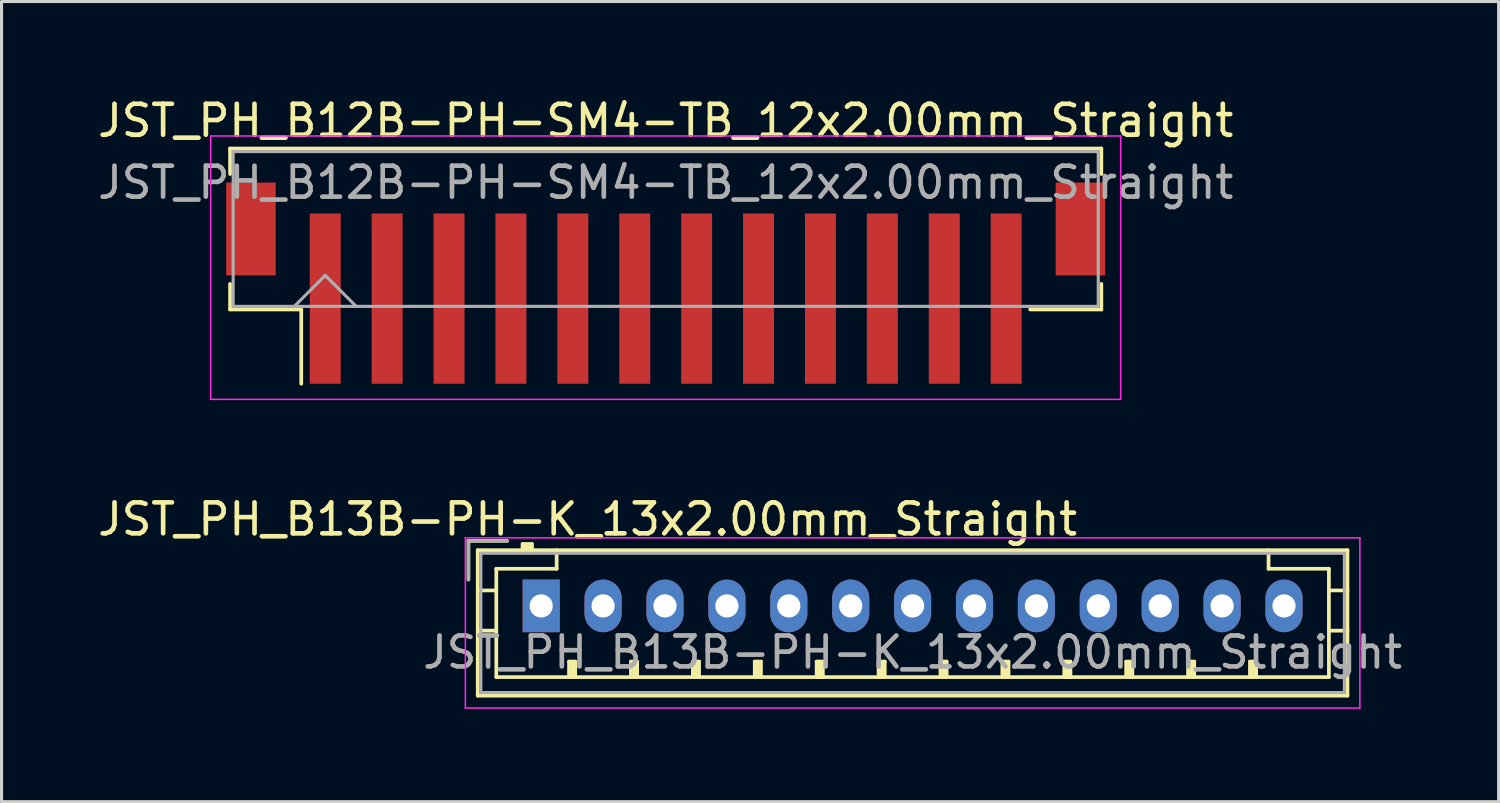
<source format=kicad_pcb>
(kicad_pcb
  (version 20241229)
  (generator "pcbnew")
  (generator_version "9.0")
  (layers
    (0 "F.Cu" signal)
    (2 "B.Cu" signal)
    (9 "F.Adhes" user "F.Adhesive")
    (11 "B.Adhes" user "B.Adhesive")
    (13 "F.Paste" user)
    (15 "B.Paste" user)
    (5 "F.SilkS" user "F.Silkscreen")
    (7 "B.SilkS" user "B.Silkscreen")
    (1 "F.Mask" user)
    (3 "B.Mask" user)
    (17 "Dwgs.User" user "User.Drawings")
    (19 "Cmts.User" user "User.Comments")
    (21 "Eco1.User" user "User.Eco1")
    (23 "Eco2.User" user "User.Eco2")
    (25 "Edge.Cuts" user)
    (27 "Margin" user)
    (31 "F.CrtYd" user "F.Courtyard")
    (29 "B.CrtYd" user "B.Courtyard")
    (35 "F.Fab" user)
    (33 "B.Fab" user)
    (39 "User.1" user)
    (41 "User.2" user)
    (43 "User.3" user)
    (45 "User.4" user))
  (footprint "JST_PH_B12B-PH-SM4-TB_12x2.00mm_Straight"
    (layer "F.Cu")
    (at 18.458 5.473)
    (property "Reference" "JST_PH_B12B-PH-SM4-TB_12x2.00mm_Straight" (at 0 -4.625 0) (layer "F.SilkS") (effects (font (size 1 1) (thickness 0.15))))
    (attr smd)
    (fp_line (start -14.075 -3.725) (end 14.075 -3.725) (stroke (width 0.12) (type solid)) (layer "F.SilkS"))
    (fp_line (start -14.075 -2.9) (end -14.075 -3.725) (stroke (width 0.12) (type solid)) (layer "F.SilkS"))
    (fp_line (start -14.075 0.65) (end -14.075 1.475) (stroke (width 0.12) (type solid)) (layer "F.SilkS"))
    (fp_line (start -14.075 1.475) (end -11.775 1.475) (stroke (width 0.12) (type solid)) (layer "F.SilkS"))
    (fp_line (start -11.775 1.475) (end -11.775 3.875) (stroke (width 0.12) (type solid)) (layer "F.SilkS"))
    (fp_line (start 14.075 -3.725) (end 14.075 -2.9) (stroke (width 0.12) (type solid)) (layer "F.SilkS"))
    (fp_line (start 14.075 0.65) (end 14.075 1.475) (stroke (width 0.12) (type solid)) (layer "F.SilkS"))
    (fp_line (start 14.075 1.475) (end 11.775 1.475) (stroke (width 0.12) (type solid)) (layer "F.SilkS"))
    (fp_line (start -14.7 -4.13) (end -14.7 4.38) (stroke (width 0.05) (type solid)) (layer "F.CrtYd"))
    (fp_line (start -14.7 4.38) (end 14.7 4.38) (stroke (width 0.05) (type solid)) (layer "F.CrtYd"))
    (fp_line (start 14.7 -4.13) (end -14.7 -4.13) (stroke (width 0.05) (type solid)) (layer "F.CrtYd"))
    (fp_line (start 14.7 4.38) (end 14.7 -4.13) (stroke (width 0.05) (type solid)) (layer "F.CrtYd"))
    (fp_line (start -13.975 -3.625) (end -13.975 1.375) (stroke (width 0.1) (type solid)) (layer "F.Fab"))
    (fp_line (start -13.975 1.375) (end 13.975 1.375) (stroke (width 0.1) (type solid)) (layer "F.Fab"))
    (fp_line (start -12 1.375) (end -11 0.375) (stroke (width 0.1) (type solid)) (layer "F.Fab"))
    (fp_line (start -11 0.375) (end -10 1.375) (stroke (width 0.1) (type solid)) (layer "F.Fab"))
    (fp_line (start 13.975 -3.625) (end -13.975 -3.625) (stroke (width 0.1) (type solid)) (layer "F.Fab"))
    (fp_line (start 13.975 1.375) (end 13.975 -3.625) (stroke (width 0.1) (type solid)) (layer "F.Fab"))
    (fp_text user "${REFERENCE}" (at 0 -2.625 0) (layer "F.Fab") (effects (font (size 1 1) (thickness 0.15))))
    (pad "" smd rect (at -13.4 -1.125) (size 1.6 3) (layers "F.Cu" "F.Mask" "F.Paste"))
    (pad "" smd rect (at 13.4 -1.125) (size 1.6 3) (layers "F.Cu" "F.Mask" "F.Paste"))
    (pad "1" smd rect (at -11 1.125) (size 1 5.5) (layers "F.Cu" "F.Mask" "F.Paste"))
    (pad "2" smd rect (at -9 1.125) (size 1 5.5) (layers "F.Cu" "F.Mask" "F.Paste"))
    (pad "3" smd rect (at -7 1.125) (size 1 5.5) (layers "F.Cu" "F.Mask" "F.Paste"))
    (pad "4" smd rect (at -5 1.125) (size 1 5.5) (layers "F.Cu" "F.Mask" "F.Paste"))
    (pad "5" smd rect (at -3 1.125) (size 1 5.5) (layers "F.Cu" "F.Mask" "F.Paste"))
    (pad "6" smd rect (at -1 1.125) (size 1 5.5) (layers "F.Cu" "F.Mask" "F.Paste"))
    (pad "7" smd rect (at 1 1.125) (size 1 5.5) (layers "F.Cu" "F.Mask" "F.Paste"))
    (pad "8" smd rect (at 3 1.125) (size 1 5.5) (layers "F.Cu" "F.Mask" "F.Paste"))
    (pad "9" smd rect (at 5 1.125) (size 1 5.5) (layers "F.Cu" "F.Mask" "F.Paste"))
    (pad "10" smd rect (at 7 1.125) (size 1 5.5) (layers "F.Cu" "F.Mask" "F.Paste"))
    (pad "11" smd rect (at 9 1.125) (size 1 5.5) (layers "F.Cu" "F.Mask" "F.Paste"))
    (pad "12" smd rect (at 11 1.125) (size 1 5.5) (layers "F.Cu" "F.Mask" "F.Paste")))
  (footprint "JST_PH_B13B-PH-K_13x2.00mm_Straight"
    (layer "F.Cu")
    (at 14.435 16.526)
    (property "Reference" "JST_PH_B13B-PH-K_13x2.00mm_Straight" (at 1.5 -2.8 0) (layer "F.SilkS") (effects (font (size 1 1) (thickness 0.15))))
    (attr through_hole)
    (fp_line (start -2.35 -2.1) (end -2.35 -0.85) (stroke (width 0.12) (type solid)) (layer "F.SilkS"))
    (fp_line (start -2.05 -1.8) (end -2.05 2.9) (stroke (width 0.12) (type solid)) (layer "F.SilkS"))
    (fp_line (start -2.05 -0.5) (end -1.45 -0.5) (stroke (width 0.12) (type solid)) (layer "F.SilkS"))
    (fp_line (start -2.05 0.8) (end -1.45 0.8) (stroke (width 0.12) (type solid)) (layer "F.SilkS"))
    (fp_line (start -2.05 2.9) (end 26.05 2.9) (stroke (width 0.12) (type solid)) (layer "F.SilkS"))
    (fp_line (start -1.45 -1.2) (end -1.45 2.3) (stroke (width 0.12) (type solid)) (layer "F.SilkS"))
    (fp_line (start -1.45 2.3) (end 25.45 2.3) (stroke (width 0.12) (type solid)) (layer "F.SilkS"))
    (fp_line (start -1.1 -2.1) (end -2.35 -2.1) (stroke (width 0.12) (type solid)) (layer "F.SilkS"))
    (fp_line (start -0.6 -2) (end -0.6 -1.8) (stroke (width 0.12) (type solid)) (layer "F.SilkS"))
    (fp_line (start -0.3 -2) (end -0.6 -2) (stroke (width 0.12) (type solid)) (layer "F.SilkS"))
    (fp_line (start -0.3 -1.9) (end -0.6 -1.9) (stroke (width 0.12) (type solid)) (layer "F.SilkS"))
    (fp_line (start -0.3 -1.8) (end -0.3 -2) (stroke (width 0.12) (type solid)) (layer "F.SilkS"))
    (fp_line (start 0.5 -1.8) (end 0.5 -1.2) (stroke (width 0.12) (type solid)) (layer "F.SilkS"))
    (fp_line (start 0.5 -1.2) (end -1.45 -1.2) (stroke (width 0.12) (type solid)) (layer "F.SilkS"))
    (fp_line (start 0.9 1.8) (end 1.1 1.8) (stroke (width 0.12) (type solid)) (layer "F.SilkS"))
    (fp_line (start 0.9 2.3) (end 0.9 1.8) (stroke (width 0.12) (type solid)) (layer "F.SilkS"))
    (fp_line (start 1 2.3) (end 1 1.8) (stroke (width 0.12) (type solid)) (layer "F.SilkS"))
    (fp_line (start 1.1 1.8) (end 1.1 2.3) (stroke (width 0.12) (type solid)) (layer "F.SilkS"))
    (fp_line (start 2.9 1.8) (end 3.1 1.8) (stroke (width 0.12) (type solid)) (layer "F.SilkS"))
    (fp_line (start 2.9 2.3) (end 2.9 1.8) (stroke (width 0.12) (type solid)) (layer "F.SilkS"))
    (fp_line (start 3 2.3) (end 3 1.8) (stroke (width 0.12) (type solid)) (layer "F.SilkS"))
    (fp_line (start 3.1 1.8) (end 3.1 2.3) (stroke (width 0.12) (type solid)) (layer "F.SilkS"))
    (fp_line (start 4.9 1.8) (end 5.1 1.8) (stroke (width 0.12) (type solid)) (layer "F.SilkS"))
    (fp_line (start 4.9 2.3) (end 4.9 1.8) (stroke (width 0.12) (type solid)) (layer "F.SilkS"))
    (fp_line (start 5 2.3) (end 5 1.8) (stroke (width 0.12) (type solid)) (layer "F.SilkS"))
    (fp_line (start 5.1 1.8) (end 5.1 2.3) (stroke (width 0.12) (type solid)) (layer "F.SilkS"))
    (fp_line (start 6.9 1.8) (end 7.1 1.8) (stroke (width 0.12) (type solid)) (layer "F.SilkS"))
    (fp_line (start 6.9 2.3) (end 6.9 1.8) (stroke (width 0.12) (type solid)) (layer "F.SilkS"))
    (fp_line (start 7 2.3) (end 7 1.8) (stroke (width 0.12) (type solid)) (layer "F.SilkS"))
    (fp_line (start 7.1 1.8) (end 7.1 2.3) (stroke (width 0.12) (type solid)) (layer "F.SilkS"))
    (fp_line (start 8.9 1.8) (end 9.1 1.8) (stroke (width 0.12) (type solid)) (layer "F.SilkS"))
    (fp_line (start 8.9 2.3) (end 8.9 1.8) (stroke (width 0.12) (type solid)) (layer "F.SilkS"))
    (fp_line (start 9 2.3) (end 9 1.8) (stroke (width 0.12) (type solid)) (layer "F.SilkS"))
    (fp_line (start 9.1 1.8) (end 9.1 2.3) (stroke (width 0.12) (type solid)) (layer "F.SilkS"))
    (fp_line (start 10.9 1.8) (end 11.1 1.8) (stroke (width 0.12) (type solid)) (layer "F.SilkS"))
    (fp_line (start 10.9 2.3) (end 10.9 1.8) (stroke (width 0.12) (type solid)) (layer "F.SilkS"))
    (fp_line (start 11 2.3) (end 11 1.8) (stroke (width 0.12) (type solid)) (layer "F.SilkS"))
    (fp_line (start 11.1 1.8) (end 11.1 2.3) (stroke (width 0.12) (type solid)) (layer "F.SilkS"))
    (fp_line (start 12.9 1.8) (end 13.1 1.8) (stroke (width 0.12) (type solid)) (layer "F.SilkS"))
    (fp_line (start 12.9 2.3) (end 12.9 1.8) (stroke (width 0.12) (type solid)) (layer "F.SilkS"))
    (fp_line (start 13 2.3) (end 13 1.8) (stroke (width 0.12) (type solid)) (layer "F.SilkS"))
    (fp_line (start 13.1 1.8) (end 13.1 2.3) (stroke (width 0.12) (type solid)) (layer "F.SilkS"))
    (fp_line (start 14.9 1.8) (end 15.1 1.8) (stroke (width 0.12) (type solid)) (layer "F.SilkS"))
    (fp_line (start 14.9 2.3) (end 14.9 1.8) (stroke (width 0.12) (type solid)) (layer "F.SilkS"))
    (fp_line (start 15 2.3) (end 15 1.8) (stroke (width 0.12) (type solid)) (layer "F.SilkS"))
    (fp_line (start 15.1 1.8) (end 15.1 2.3) (stroke (width 0.12) (type solid)) (layer "F.SilkS"))
    (fp_line (start 16.9 1.8) (end 17.1 1.8) (stroke (width 0.12) (type solid)) (layer "F.SilkS"))
    (fp_line (start 16.9 2.3) (end 16.9 1.8) (stroke (width 0.12) (type solid)) (layer "F.SilkS"))
    (fp_line (start 17 2.3) (end 17 1.8) (stroke (width 0.12) (type solid)) (layer "F.SilkS"))
    (fp_line (start 17.1 1.8) (end 17.1 2.3) (stroke (width 0.12) (type solid)) (layer "F.SilkS"))
    (fp_line (start 18.9 1.8) (end 19.1 1.8) (stroke (width 0.12) (type solid)) (layer "F.SilkS"))
    (fp_line (start 18.9 2.3) (end 18.9 1.8) (stroke (width 0.12) (type solid)) (layer "F.SilkS"))
    (fp_line (start 19 2.3) (end 19 1.8) (stroke (width 0.12) (type solid)) (layer "F.SilkS"))
    (fp_line (start 19.1 1.8) (end 19.1 2.3) (stroke (width 0.12) (type solid)) (layer "F.SilkS"))
    (fp_line (start 20.9 1.8) (end 21.1 1.8) (stroke (width 0.12) (type solid)) (layer "F.SilkS"))
    (fp_line (start 20.9 2.3) (end 20.9 1.8) (stroke (width 0.12) (type solid)) (layer "F.SilkS"))
    (fp_line (start 21 2.3) (end 21 1.8) (stroke (width 0.12) (type solid)) (layer "F.SilkS"))
    (fp_line (start 21.1 1.8) (end 21.1 2.3) (stroke (width 0.12) (type solid)) (layer "F.SilkS"))
    (fp_line (start 22.9 1.8) (end 23.1 1.8) (stroke (width 0.12) (type solid)) (layer "F.SilkS"))
    (fp_line (start 22.9 2.3) (end 22.9 1.8) (stroke (width 0.12) (type solid)) (layer "F.SilkS"))
    (fp_line (start 23 2.3) (end 23 1.8) (stroke (width 0.12) (type solid)) (layer "F.SilkS"))
    (fp_line (start 23.1 1.8) (end 23.1 2.3) (stroke (width 0.12) (type solid)) (layer "F.SilkS"))
    (fp_line (start 23.5 -1.2) (end 23.5 -1.8) (stroke (width 0.12) (type solid)) (layer "F.SilkS"))
    (fp_line (start 25.45 -1.2) (end 23.5 -1.2) (stroke (width 0.12) (type solid)) (layer "F.SilkS"))
    (fp_line (start 25.45 2.3) (end 25.45 -1.2) (stroke (width 0.12) (type solid)) (layer "F.SilkS"))
    (fp_line (start 26.05 -1.8) (end -2.05 -1.8) (stroke (width 0.12) (type solid)) (layer "F.SilkS"))
    (fp_line (start 26.05 -0.5) (end 25.45 -0.5) (stroke (width 0.12) (type solid)) (layer "F.SilkS"))
    (fp_line (start 26.05 0.8) (end 25.45 0.8) (stroke (width 0.12) (type solid)) (layer "F.SilkS"))
    (fp_line (start 26.05 2.9) (end 26.05 -1.8) (stroke (width 0.12) (type solid)) (layer "F.SilkS"))
    (fp_line (start -2.45 -2.2) (end -2.45 3.3) (stroke (width 0.05) (type solid)) (layer "F.CrtYd"))
    (fp_line (start -2.45 3.3) (end 26.45 3.3) (stroke (width 0.05) (type solid)) (layer "F.CrtYd"))
    (fp_line (start 26.45 -2.2) (end -2.45 -2.2) (stroke (width 0.05) (type solid)) (layer "F.CrtYd"))
    (fp_line (start 26.45 3.3) (end 26.45 -2.2) (stroke (width 0.05) (type solid)) (layer "F.CrtYd"))
    (fp_line (start -2.35 -2.1) (end -2.35 -0.85) (stroke (width 0.1) (type solid)) (layer "F.Fab"))
    (fp_line (start -1.95 -1.7) (end -1.95 2.8) (stroke (width 0.1) (type solid)) (layer "F.Fab"))
    (fp_line (start -1.95 2.8) (end 25.95 2.8) (stroke (width 0.1) (type solid)) (layer "F.Fab"))
    (fp_line (start -1.1 -2.1) (end -2.35 -2.1) (stroke (width 0.1) (type solid)) (layer "F.Fab"))
    (fp_line (start 25.95 -1.7) (end -1.95 -1.7) (stroke (width 0.1) (type solid)) (layer "F.Fab"))
    (fp_line (start 25.95 2.8) (end 25.95 -1.7) (stroke (width 0.1) (type solid)) (layer "F.Fab"))
    (fp_text user "${REFERENCE}" (at 12 1.5 0) (layer "F.Fab") (effects (font (size 1 1) (thickness 0.15))))
    (pad "1" thru_hole rect (at 0 0) (size 1.2 1.7) (drill 0.75) (layers "*.Cu" "*.Mask"))
    (pad "2" thru_hole oval (at 2 0) (size 1.2 1.7) (drill 0.75) (layers "*.Cu" "*.Mask"))
    (pad "3" thru_hole oval (at 4 0) (size 1.2 1.7) (drill 0.75) (layers "*.Cu" "*.Mask"))
    (pad "4" thru_hole oval (at 6 0) (size 1.2 1.7) (drill 0.75) (layers "*.Cu" "*.Mask"))
    (pad "5" thru_hole oval (at 8 0) (size 1.2 1.7) (drill 0.75) (layers "*.Cu" "*.Mask"))
    (pad "6" thru_hole oval (at 10 0) (size 1.2 1.7) (drill 0.75) (layers "*.Cu" "*.Mask"))
    (pad "7" thru_hole oval (at 12 0) (size 1.2 1.7) (drill 0.75) (layers "*.Cu" "*.Mask"))
    (pad "8" thru_hole oval (at 14 0) (size 1.2 1.7) (drill 0.75) (layers "*.Cu" "*.Mask"))
    (pad "9" thru_hole oval (at 16 0) (size 1.2 1.7) (drill 0.75) (layers "*.Cu" "*.Mask"))
    (pad "10" thru_hole oval (at 18 0) (size 1.2 1.7) (drill 0.75) (layers "*.Cu" "*.Mask"))
    (pad "11" thru_hole oval (at 20 0) (size 1.2 1.7) (drill 0.75) (layers "*.Cu" "*.Mask"))
    (pad "12" thru_hole oval (at 22 0) (size 1.2 1.7) (drill 0.75) (layers "*.Cu" "*.Mask"))
    (pad "13" thru_hole oval (at 24 0) (size 1.2 1.7) (drill 0.75) (layers "*.Cu" "*.Mask")))
  (gr_rect
    (start -3 -3)
    (end 45.369 22.852)
    (stroke (width 0.1) (type default))
    (fill no)
    (layer "Edge.Cuts")))
</source>
